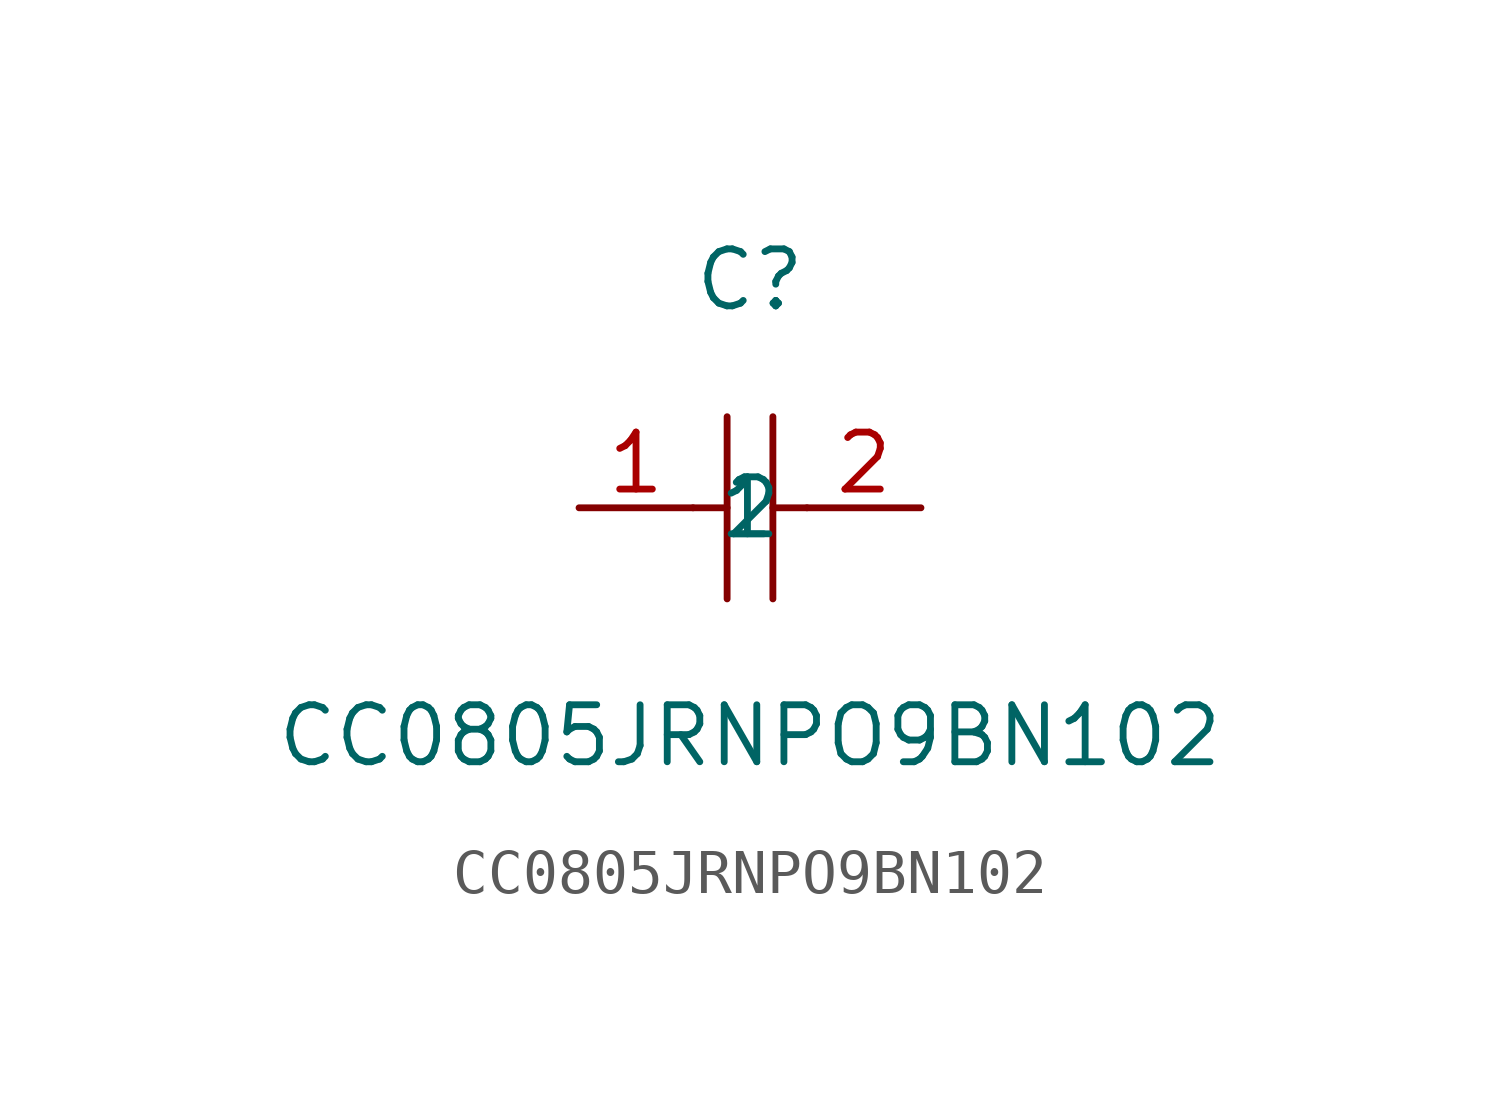
<source format=kicad_sym>
(kicad_symbol_lib
  (version 20211014)
  (generator https://github.com/uPesy/easyeda2kicad.py)
  (symbol "CC0805JRNPO9BN102"
    (property "Reference" "C"
      (at 0 5.08 0)
      (effects (font (size 1.27 1.27))))
    (property "Value" "CC0805JRNPO9BN102"
      (at 0 -5.08 0)
      (effects (font (size 1.27 1.27))))
    (symbol "CC0805JRNPO9BN102_0_1"
      (polyline (pts (xy -0.51 2.03) (xy -0.51 -2.03)) (stroke (width 0) (type default) (color 0 0 0 0)) (fill (type none)))
      (polyline (pts (xy 0.51 2.03) (xy 0.51 -2.03)) (stroke (width 0) (type default) (color 0 0 0 0)) (fill (type none)))
      (polyline (pts (xy -1.27 -0.00) (xy -0.51 -0.00)) (stroke (width 0) (type default) (color 0 0 0 0)) (fill (type none)))
      (polyline (pts (xy 0.51 -0.00) (xy 1.27 -0.00)) (stroke (width 0) (type default) (color 0 0 0 0)) (fill (type none)))
      (pin input line (at -3.81 -0.00 0) (length 2.54) (name "1" (effects (font (size 1.27 1.27)))) (number "1" (effects (font (size 1.27 1.27)))))
      (pin input line (at 3.81 -0.00 180) (length 2.54) (name "2" (effects (font (size 1.27 1.27)))) (number "2" (effects (font (size 1.27 1.27))))))))
</source>
